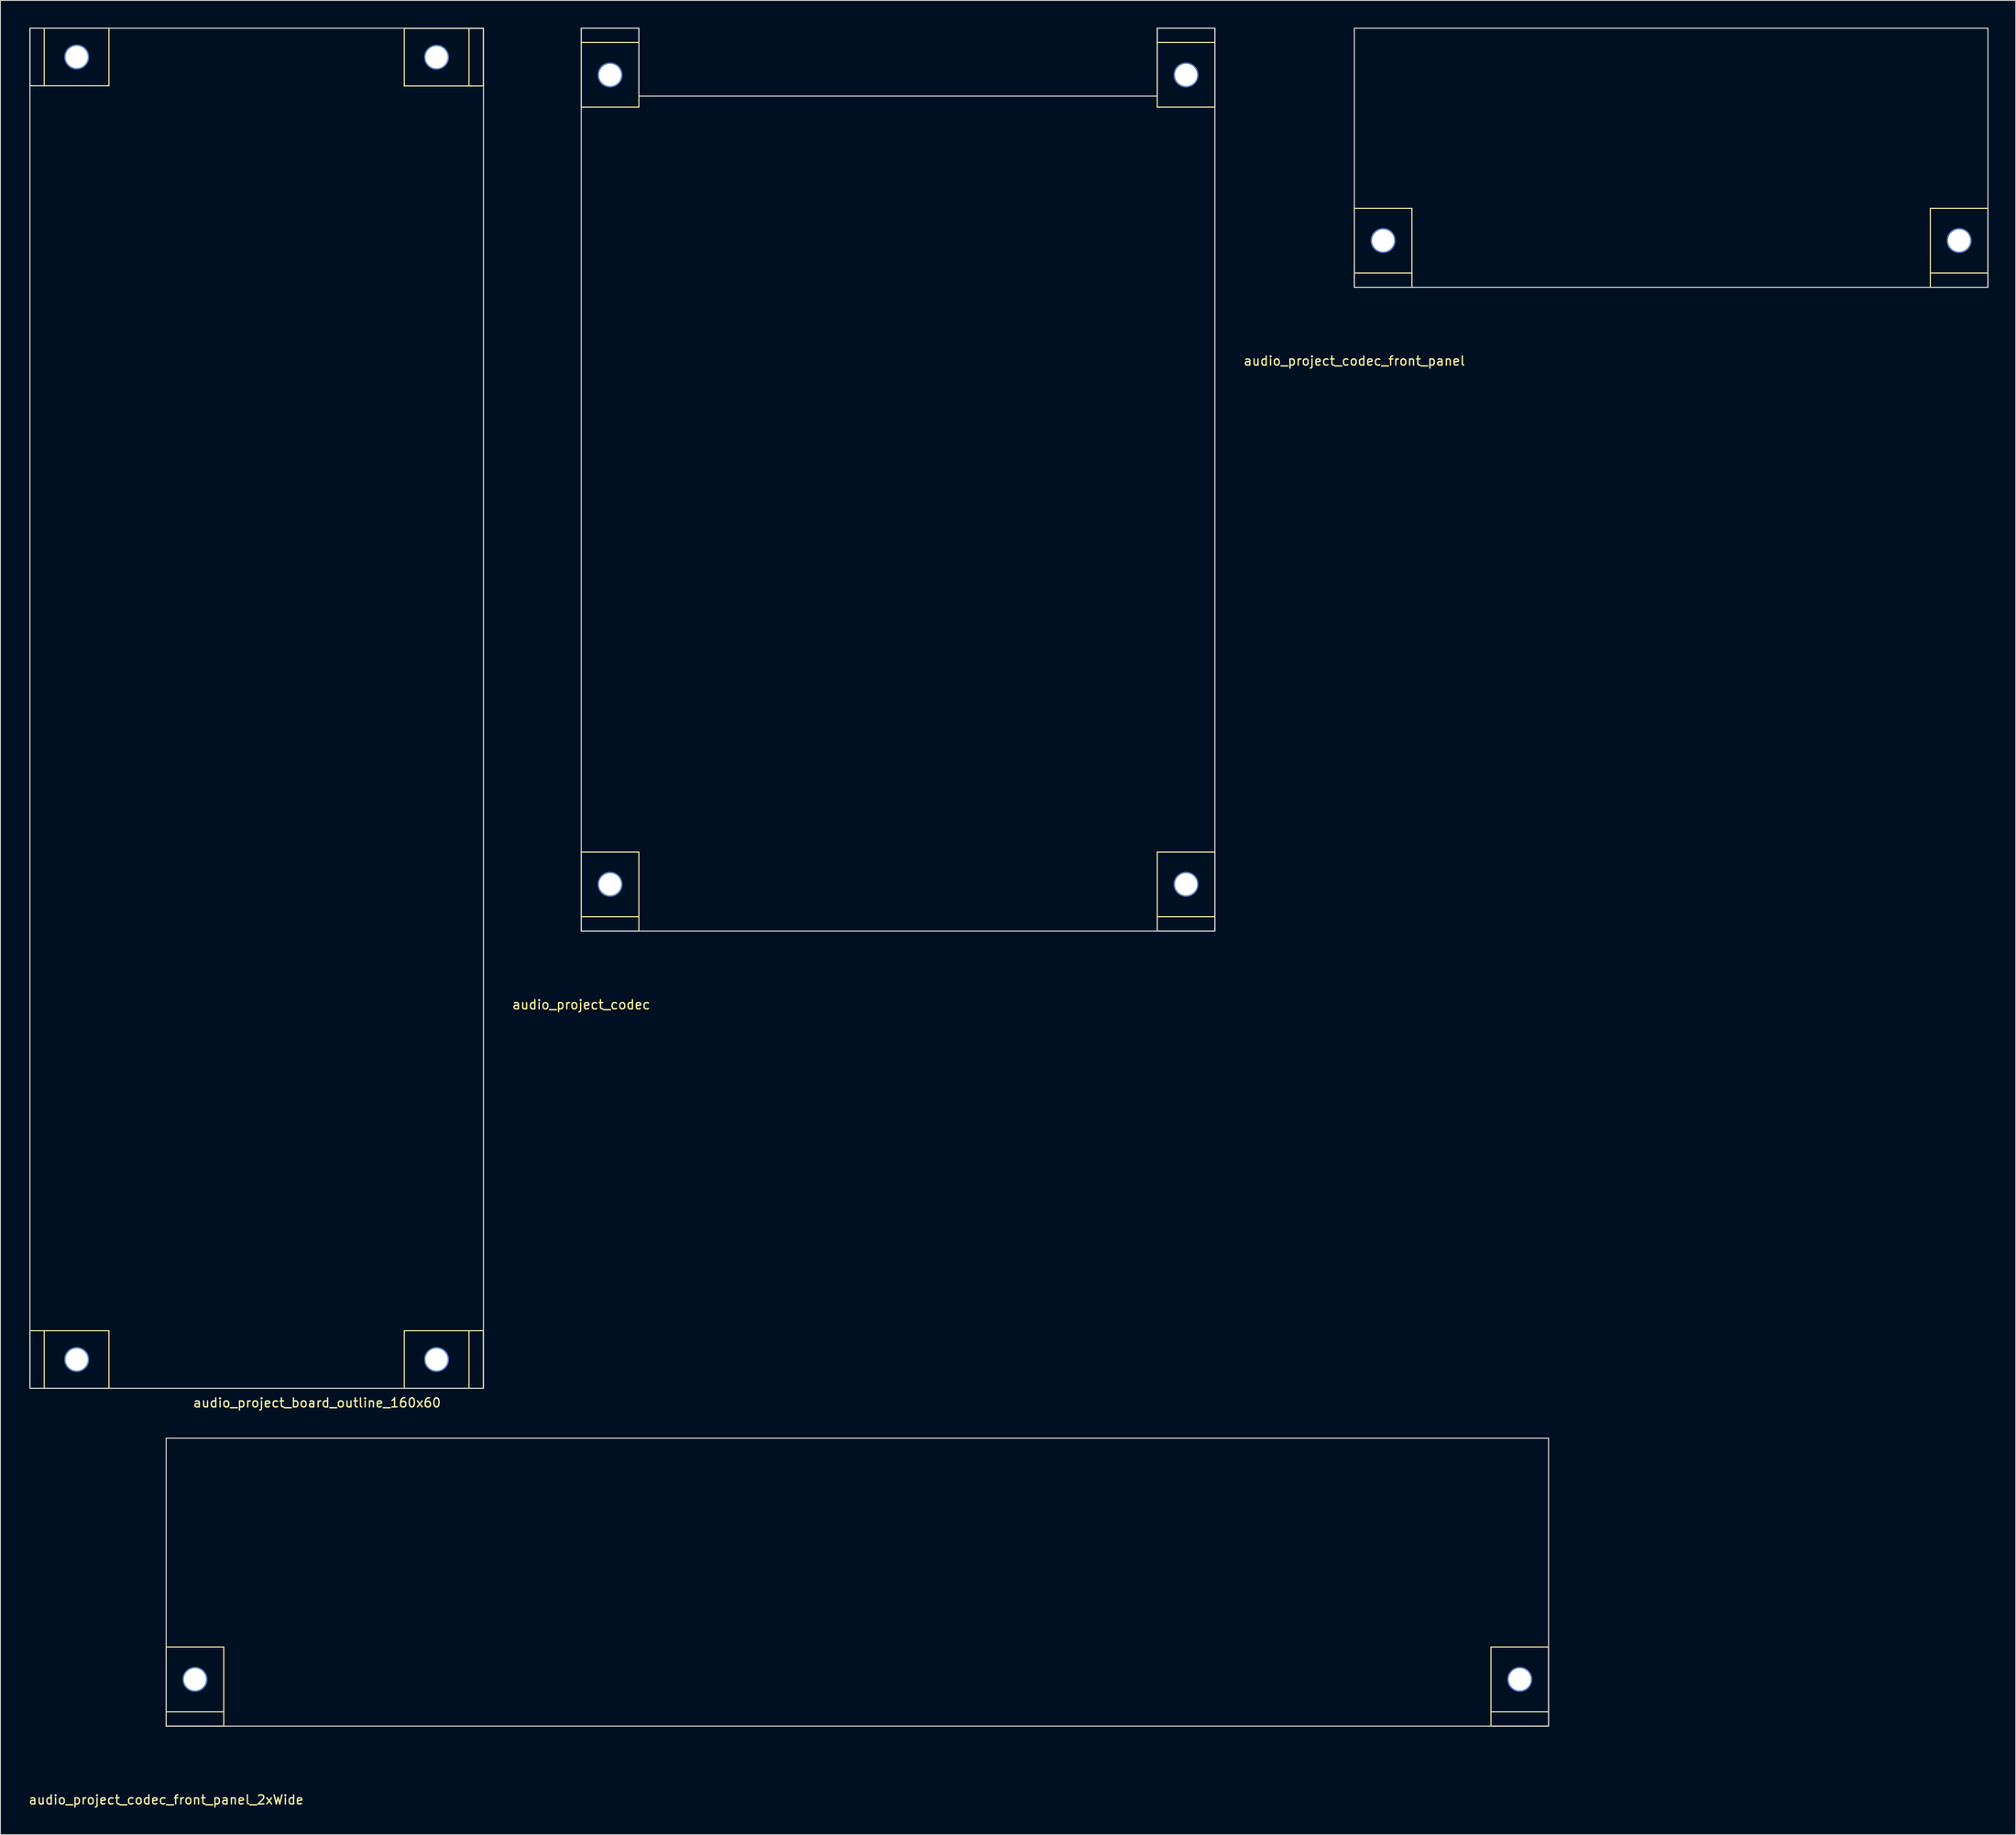
<source format=kicad_pcb>
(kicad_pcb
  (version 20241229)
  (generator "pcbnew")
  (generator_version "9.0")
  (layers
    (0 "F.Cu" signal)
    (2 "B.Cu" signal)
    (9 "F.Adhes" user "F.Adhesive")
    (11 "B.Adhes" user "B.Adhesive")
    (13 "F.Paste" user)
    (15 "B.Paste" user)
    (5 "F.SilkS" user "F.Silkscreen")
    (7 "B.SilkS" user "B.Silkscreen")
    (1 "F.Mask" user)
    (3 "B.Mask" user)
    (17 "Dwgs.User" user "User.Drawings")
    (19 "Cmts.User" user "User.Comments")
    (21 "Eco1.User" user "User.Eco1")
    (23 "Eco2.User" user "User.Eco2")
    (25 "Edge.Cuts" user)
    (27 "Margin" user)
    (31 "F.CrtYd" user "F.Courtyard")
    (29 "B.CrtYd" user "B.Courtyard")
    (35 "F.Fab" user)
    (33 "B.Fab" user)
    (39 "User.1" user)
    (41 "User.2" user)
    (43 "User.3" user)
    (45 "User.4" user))
  (footprint "audio_project_codec_front_panel"
    (layer "F.Cu")
    (at 146.256 28.635)
    (property "Reference" "audio_project_codec_front_panel" (at 0 8.12 0) (layer "F.SilkS") (effects (font (size 1 1) (thickness 0.15))))
    (attr through_hole)
    (fp_line (start 0 0) (end 0 -8.712) (stroke (width 0.12) (type solid)) (layer "F.SilkS"))
    (fp_line (start 6.35 -8.712) (end 0 -8.712) (stroke (width 0.12) (type solid)) (layer "F.SilkS"))
    (fp_line (start 6.35 -1.575) (end 0 -1.575) (stroke (width 0.12) (type solid)) (layer "F.SilkS"))
    (fp_line (start 6.35 0) (end 0 0) (stroke (width 0.12) (type solid)) (layer "F.SilkS"))
    (fp_line (start 6.35 0) (end 6.35 -8.712) (stroke (width 0.12) (type solid)) (layer "F.SilkS"))
    (fp_line (start 63.5 0) (end 63.5 -8.712) (stroke (width 0.12) (type solid)) (layer "F.SilkS"))
    (fp_line (start 69.85 -8.712) (end 63.5 -8.712) (stroke (width 0.12) (type solid)) (layer "F.SilkS"))
    (fp_line (start 69.85 -1.575) (end 63.5 -1.575) (stroke (width 0.12) (type solid)) (layer "F.SilkS"))
    (fp_line (start 69.85 0) (end 63.5 0) (stroke (width 0.12) (type solid)) (layer "F.SilkS"))
    (fp_line (start 69.85 0) (end 69.85 -8.712) (stroke (width 0.12) (type solid)) (layer "F.SilkS"))
    (fp_line (start 0 -28.575) (end 69.85 -28.575) (stroke (width 0.12) (type solid)) (layer "Edge.Cuts"))
    (fp_line (start 0 0) (end 0 -28.575) (stroke (width 0.12) (type solid)) (layer "Edge.Cuts"))
    (fp_line (start 0 0) (end 69.85 0) (stroke (width 0.12) (type solid)) (layer "Edge.Cuts"))
    (fp_line (start 69.85 0) (end 69.85 -28.575) (stroke (width 0.12) (type solid)) (layer "Edge.Cuts"))
    (pad "1" thru_hole circle (at 3.175 -5.156 270) (size 2.75 2.75) (drill 2.45) (layers "*.Cu" "*.Mask"))
    (pad "1" thru_hole circle (at 66.675 -5.156 270) (size 2.75 2.75) (drill 2.45) (layers "*.Cu" "*.Mask")))
  (footprint "audio_project_codec"
    (layer "F.Cu")
    (at 61.03 99.628)
    (property "Reference" "audio_project_codec" (at 0 8.12 0) (layer "F.SilkS") (effects (font (size 1 1) (thickness 0.15))))
    (attr through_hole)
    (fp_line (start 0 -99.568) (end 0 -90.856) (stroke (width 0.12) (type solid)) (layer "F.SilkS"))
    (fp_line (start 0 -99.568) (end 6.35 -99.568) (stroke (width 0.12) (type solid)) (layer "F.SilkS"))
    (fp_line (start 0 -97.993) (end 6.35 -97.993) (stroke (width 0.12) (type solid)) (layer "F.SilkS"))
    (fp_line (start 0 -90.856) (end 6.35 -90.856) (stroke (width 0.12) (type solid)) (layer "F.SilkS"))
    (fp_line (start 0 0) (end 0 -8.712) (stroke (width 0.12) (type solid)) (layer "F.SilkS"))
    (fp_line (start 6.35 -99.568) (end 6.35 -90.856) (stroke (width 0.12) (type solid)) (layer "F.SilkS"))
    (fp_line (start 6.35 -8.712) (end 0 -8.712) (stroke (width 0.12) (type solid)) (layer "F.SilkS"))
    (fp_line (start 6.35 -1.575) (end 0 -1.575) (stroke (width 0.12) (type solid)) (layer "F.SilkS"))
    (fp_line (start 6.35 0) (end 0 0) (stroke (width 0.12) (type solid)) (layer "F.SilkS"))
    (fp_line (start 6.35 0) (end 6.35 -8.712) (stroke (width 0.12) (type solid)) (layer "F.SilkS"))
    (fp_line (start 63.5 -99.568) (end 63.5 -90.856) (stroke (width 0.12) (type solid)) (layer "F.SilkS"))
    (fp_line (start 63.5 -99.568) (end 69.85 -99.568) (stroke (width 0.12) (type solid)) (layer "F.SilkS"))
    (fp_line (start 63.5 -97.993) (end 69.85 -97.993) (stroke (width 0.12) (type solid)) (layer "F.SilkS"))
    (fp_line (start 63.5 -90.856) (end 69.85 -90.856) (stroke (width 0.12) (type solid)) (layer "F.SilkS"))
    (fp_line (start 63.5 0) (end 63.5 -8.712) (stroke (width 0.12) (type solid)) (layer "F.SilkS"))
    (fp_line (start 69.85 -99.568) (end 69.85 -90.856) (stroke (width 0.12) (type solid)) (layer "F.SilkS"))
    (fp_line (start 69.85 -8.712) (end 63.5 -8.712) (stroke (width 0.12) (type solid)) (layer "F.SilkS"))
    (fp_line (start 69.85 -1.575) (end 63.5 -1.575) (stroke (width 0.12) (type solid)) (layer "F.SilkS"))
    (fp_line (start 69.85 0) (end 63.5 0) (stroke (width 0.12) (type solid)) (layer "F.SilkS"))
    (fp_line (start 69.85 0) (end 69.85 -8.712) (stroke (width 0.12) (type solid)) (layer "F.SilkS"))
    (fp_line (start 0 -99.568) (end 6.35 -99.568) (stroke (width 0.12) (type solid)) (layer "Edge.Cuts"))
    (fp_line (start 0 0) (end 0 -99.568) (stroke (width 0.12) (type solid)) (layer "Edge.Cuts"))
    (fp_line (start 0 0) (end 69.85 0) (stroke (width 0.12) (type solid)) (layer "Edge.Cuts"))
    (fp_line (start 6.35 -92.075) (end 6.35 -99.568) (stroke (width 0.12) (type solid)) (layer "Edge.Cuts"))
    (fp_line (start 6.35 -92.075) (end 63.5 -92.075) (stroke (width 0.12) (type solid)) (layer "Edge.Cuts"))
    (fp_line (start 63.5 -99.568) (end 63.5 -92.075) (stroke (width 0.12) (type solid)) (layer "Edge.Cuts"))
    (fp_line (start 63.5 -99.568) (end 69.85 -99.568) (stroke (width 0.12) (type solid)) (layer "Edge.Cuts"))
    (fp_line (start 69.85 0) (end 69.85 -99.568) (stroke (width 0.12) (type solid)) (layer "Edge.Cuts"))
    (pad "1" thru_hole circle (at 3.175 -94.412 90) (size 2.75 2.75) (drill 2.45) (layers "*.Cu" "*.Mask"))
    (pad "1" thru_hole circle (at 3.175 -5.156 270) (size 2.75 2.75) (drill 2.45) (layers "*.Cu" "*.Mask"))
    (pad "1" thru_hole circle (at 66.675 -94.412 90) (size 2.75 2.75) (drill 2.45) (layers "*.Cu" "*.Mask"))
    (pad "1" thru_hole circle (at 66.675 -5.156 270) (size 2.75 2.75) (drill 2.45) (layers "*.Cu" "*.Mask")))
  (footprint "audio_project_board_outline_160x60"
    (layer "F.Cu")
    (at 0.25 150.06)
    (property "Reference" "audio_project_board_outline_160x60" (at 31.65 1.6 180) (layer "F.SilkS") (effects (font (size 1 1) (thickness 0.15))))
    (attr through_hole)
    (fp_line (start 0 -6.35) (end 8.712 -6.35) (stroke (width 0.12) (type solid)) (layer "F.SilkS"))
    (fp_line (start 0 0) (end 0 -6.35) (stroke (width 0.12) (type solid)) (layer "F.SilkS"))
    (fp_line (start 0 0) (end 8.712 0) (stroke (width 0.12) (type solid)) (layer "F.SilkS"))
    (fp_line (start 0.0002 -150) (end 8.712 -150) (stroke (width 0.12) (type solid)) (layer "F.SilkS"))
    (fp_line (start 0.0002 -143.65) (end 0.0002 -150) (stroke (width 0.12) (type solid)) (layer "F.SilkS"))
    (fp_line (start 0.0002 -143.65) (end 8.712 -143.65) (stroke (width 0.12) (type solid)) (layer "F.SilkS"))
    (fp_line (start 1.575 0) (end 1.575 -6.35) (stroke (width 0.12) (type solid)) (layer "F.SilkS"))
    (fp_line (start 1.575 -143.65) (end 1.575 -150) (stroke (width 0.12) (type solid)) (layer "F.SilkS"))
    (fp_line (start 8.712 0) (end 8.712 -6.35) (stroke (width 0.12) (type solid)) (layer "F.SilkS"))
    (fp_line (start 8.712 -143.65) (end 8.712 -150) (stroke (width 0.12) (type solid)) (layer "F.SilkS"))
    (fp_line (start 41.269 -149.975) (end 41.269 -143.625) (stroke (width 0.12) (type solid)) (layer "F.SilkS"))
    (fp_line (start 41.269 -6.35) (end 41.269 0) (stroke (width 0.12) (type solid)) (layer "F.SilkS"))
    (fp_line (start 48.406 -149.975) (end 48.406 -143.625) (stroke (width 0.12) (type solid)) (layer "F.SilkS"))
    (fp_line (start 48.406 -6.35) (end 48.406 0) (stroke (width 0.12) (type solid)) (layer "F.SilkS"))
    (fp_line (start 49.981 -149.975) (end 41.269 -149.975) (stroke (width 0.12) (type solid)) (layer "F.SilkS"))
    (fp_line (start 49.981 -149.975) (end 49.981 -143.625) (stroke (width 0.12) (type solid)) (layer "F.SilkS"))
    (fp_line (start 49.981 -143.625) (end 41.269 -143.625) (stroke (width 0.12) (type solid)) (layer "F.SilkS"))
    (fp_line (start 49.981 -6.35) (end 41.269 -6.35) (stroke (width 0.12) (type solid)) (layer "F.SilkS"))
    (fp_line (start 49.981 -6.35) (end 49.981 0) (stroke (width 0.12) (type solid)) (layer "F.SilkS"))
    (fp_line (start 49.981 0) (end 41.269 0) (stroke (width 0.12) (type solid)) (layer "F.SilkS"))
    (fp_line (start 0 -150) (end 50 -150) (stroke (width 0.12) (type solid)) (layer "Edge.Cuts"))
    (fp_line (start 0 0) (end 0 -150) (stroke (width 0.12) (type solid)) (layer "Edge.Cuts"))
    (fp_line (start 0 0) (end 50 0) (stroke (width 0.12) (type solid)) (layer "Edge.Cuts"))
    (fp_line (start 50 0) (end 50 -150) (stroke (width 0.12) (type solid)) (layer "Edge.Cuts"))
    (pad "1" thru_hole circle (at 5.156 -3.175 180) (size 2.75 2.75) (drill 2.45) (layers "*.Cu" "*.Mask"))
    (pad "1" thru_hole circle (at 5.156 -146.825 180) (size 2.75 2.75) (drill 2.45) (layers "*.Cu" "*.Mask"))
    (pad "1" thru_hole circle (at 44.825 -146.8) (size 2.75 2.75) (drill 2.45) (layers "*.Cu" "*.Mask"))
    (pad "1" thru_hole circle (at 44.825 -3.175) (size 2.75 2.75) (drill 2.45) (layers "*.Cu" "*.Mask")))
  (footprint "audio_project_codec_front_panel_2xWide"
    (layer "F.Cu")
    (at 15.268 187.318)
    (property "Reference" "audio_project_codec_front_panel_2xWide" (at 0 8.12 0) (layer "F.SilkS") (effects (font (size 1 1) (thickness 0.15))))
    (attr through_hole)
    (fp_line (start 0 0) (end 0 -8.712) (stroke (width 0.12) (type solid)) (layer "F.SilkS"))
    (fp_line (start 6.35 -8.712) (end 0 -8.712) (stroke (width 0.12) (type solid)) (layer "F.SilkS"))
    (fp_line (start 6.35 -1.575) (end 0 -1.575) (stroke (width 0.12) (type solid)) (layer "F.SilkS"))
    (fp_line (start 6.35 0) (end 0 0) (stroke (width 0.12) (type solid)) (layer "F.SilkS"))
    (fp_line (start 6.35 0) (end 6.35 -8.712) (stroke (width 0.12) (type solid)) (layer "F.SilkS"))
    (fp_line (start 146.05 0) (end 146.05 -8.712) (stroke (width 0.12) (type solid)) (layer "F.SilkS"))
    (fp_line (start 152.4 -8.712) (end 146.05 -8.712) (stroke (width 0.12) (type solid)) (layer "F.SilkS"))
    (fp_line (start 152.4 -1.575) (end 146.05 -1.575) (stroke (width 0.12) (type solid)) (layer "F.SilkS"))
    (fp_line (start 152.4 0) (end 146.05 0) (stroke (width 0.12) (type solid)) (layer "F.SilkS"))
    (fp_line (start 152.4 0) (end 152.4 -8.712) (stroke (width 0.12) (type solid)) (layer "F.SilkS"))
    (fp_line (start 0 -31.75) (end 152.4 -31.75) (stroke (width 0.12) (type solid)) (layer "Edge.Cuts"))
    (fp_line (start 0 0) (end 0 -31.75) (stroke (width 0.12) (type solid)) (layer "Edge.Cuts"))
    (fp_line (start 0 0) (end 152.4 0) (stroke (width 0.12) (type solid)) (layer "Edge.Cuts"))
    (fp_line (start 152.4 0) (end 152.4 -31.75) (stroke (width 0.12) (type solid)) (layer "Edge.Cuts"))
    (pad "1" thru_hole circle (at 3.175 -5.156 270) (size 2.75 2.75) (drill 2.45) (layers "*.Cu" "*.Mask"))
    (pad "1" thru_hole circle (at 149.225 -5.156 270) (size 2.75 2.75) (drill 2.45) (layers "*.Cu" "*.Mask")))
  (gr_rect
    (start -3 -3)
    (end 219.166 199.286)
    (stroke (width 0.1) (type default))
    (fill no)
    (layer "Edge.Cuts")))
</source>
